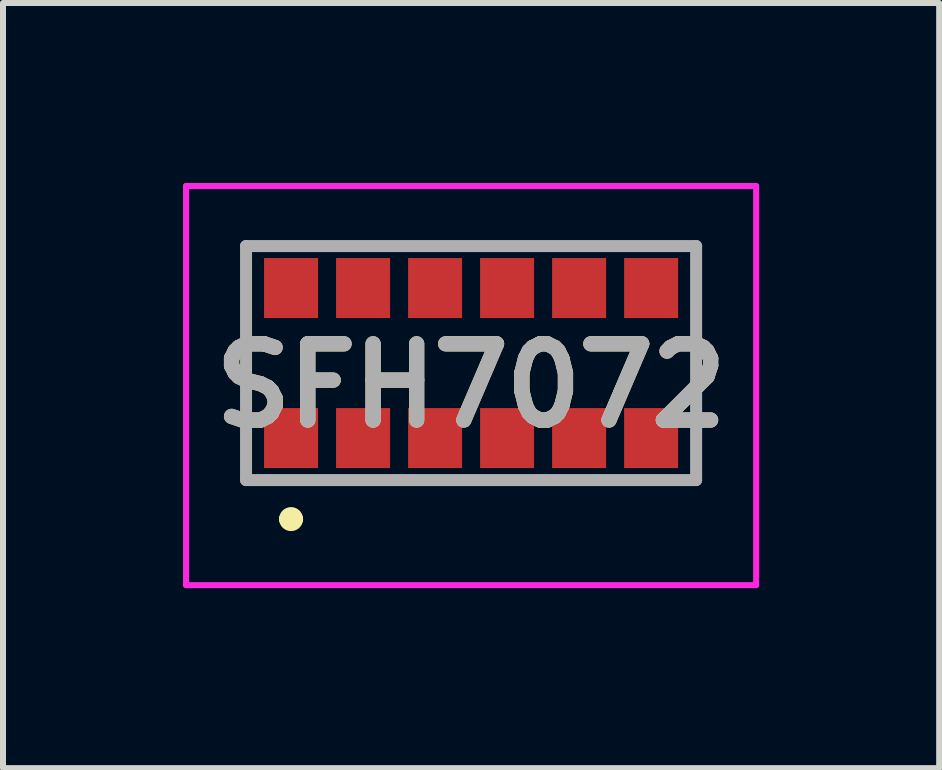
<source format=kicad_pcb>
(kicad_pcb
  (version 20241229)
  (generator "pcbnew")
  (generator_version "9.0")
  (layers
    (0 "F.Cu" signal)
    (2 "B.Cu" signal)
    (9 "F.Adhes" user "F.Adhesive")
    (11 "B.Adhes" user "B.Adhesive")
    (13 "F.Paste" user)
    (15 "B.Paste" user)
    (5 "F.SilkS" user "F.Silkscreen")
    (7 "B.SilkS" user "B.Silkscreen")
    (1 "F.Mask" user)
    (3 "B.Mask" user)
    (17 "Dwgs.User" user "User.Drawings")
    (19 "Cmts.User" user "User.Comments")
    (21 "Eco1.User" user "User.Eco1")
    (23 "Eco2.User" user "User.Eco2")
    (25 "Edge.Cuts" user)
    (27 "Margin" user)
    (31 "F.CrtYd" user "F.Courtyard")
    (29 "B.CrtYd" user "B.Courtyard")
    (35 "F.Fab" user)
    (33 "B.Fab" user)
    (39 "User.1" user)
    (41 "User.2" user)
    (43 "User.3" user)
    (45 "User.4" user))
  (footprint "SFH7072"
    (layer "F.Cu")
    (at 4.8 3.375)
    (property "Reference" "SFH7072" (at 0 0 0) (layer "F.SilkS") (effects (font (size 1.27 1.27) (thickness 0.254))))
    (attr smd)
    (fp_line (start -3.75 -2.325) (end 3.75 -2.325) (stroke (width 0.1) (type solid)) (layer "F.SilkS"))
    (fp_line (start -3.75 1.575) (end -3.75 -2.325) (stroke (width 0.1) (type solid)) (layer "F.SilkS"))
    (fp_line (start -3.1 2.225) (end -3.1 2.225) (stroke (width 0.2) (type solid)) (layer "F.SilkS"))
    (fp_line (start -2.9 2.225) (end -2.9 2.225) (stroke (width 0.2) (type solid)) (layer "F.SilkS"))
    (fp_line (start 3.75 -2.325) (end 3.75 1.575) (stroke (width 0.1) (type solid)) (layer "F.SilkS"))
    (fp_line (start 3.75 1.575) (end -3.75 1.575) (stroke (width 0.1) (type solid)) (layer "F.SilkS"))
    (fp_arc (start -3.1 2.225) (mid -3 2.125) (end -2.9 2.225) (stroke (width 0.2) (type solid)) (layer "F.SilkS"))
    (fp_arc (start -2.9 2.225) (mid -3 2.325) (end -3.1 2.225) (stroke (width 0.2) (type solid)) (layer "F.SilkS"))
    (fp_line (start -4.75 -3.325) (end 4.75 -3.325) (stroke (width 0.1) (type solid)) (layer "F.CrtYd"))
    (fp_line (start -4.75 3.325) (end -4.75 -3.325) (stroke (width 0.1) (type solid)) (layer "F.CrtYd"))
    (fp_line (start 4.75 -3.325) (end 4.75 3.325) (stroke (width 0.1) (type solid)) (layer "F.CrtYd"))
    (fp_line (start 4.75 3.325) (end -4.75 3.325) (stroke (width 0.1) (type solid)) (layer "F.CrtYd"))
    (fp_line (start -3.75 -2.325) (end 3.75 -2.325) (stroke (width 0.2) (type solid)) (layer "F.Fab"))
    (fp_line (start -3.75 1.575) (end -3.75 -2.325) (stroke (width 0.2) (type solid)) (layer "F.Fab"))
    (fp_line (start 3.75 -2.325) (end 3.75 1.575) (stroke (width 0.2) (type solid)) (layer "F.Fab"))
    (fp_line (start 3.75 1.575) (end -3.75 1.575) (stroke (width 0.2) (type solid)) (layer "F.Fab"))
    (fp_text user "${REFERENCE}" (at 0 0 0) (layer "F.Fab") (effects (font (size 1.27 1.27) (thickness 0.254))))
    (pad "1" smd rect (at -3 0.875) (size 0.9 1) (layers "F.Cu" "F.Mask" "F.Paste"))
    (pad "2" smd rect (at -1.8 0.875) (size 0.9 1) (layers "F.Cu" "F.Mask" "F.Paste"))
    (pad "3" smd rect (at -0.6 0.875) (size 0.9 1) (layers "F.Cu" "F.Mask" "F.Paste"))
    (pad "4" smd rect (at 0.6 0.875) (size 0.9 1) (layers "F.Cu" "F.Mask" "F.Paste"))
    (pad "5" smd rect (at 1.8 0.875) (size 0.9 1) (layers "F.Cu" "F.Mask" "F.Paste"))
    (pad "6" smd rect (at 3 0.875) (size 0.9 1) (layers "F.Cu" "F.Mask" "F.Paste"))
    (pad "7" smd rect (at 3 -1.625) (size 0.9 1) (layers "F.Cu" "F.Mask" "F.Paste"))
    (pad "8" smd rect (at 1.8 -1.625) (size 0.9 1) (layers "F.Cu" "F.Mask" "F.Paste"))
    (pad "9" smd rect (at 0.6 -1.625) (size 0.9 1) (layers "F.Cu" "F.Mask" "F.Paste"))
    (pad "10" smd rect (at -0.6 -1.625) (size 0.9 1) (layers "F.Cu" "F.Mask" "F.Paste"))
    (pad "11" smd rect (at -1.8 -1.625) (size 0.9 1) (layers "F.Cu" "F.Mask" "F.Paste"))
    (pad "12" smd rect (at -3 -1.625) (size 0.9 1) (layers "F.Cu" "F.Mask" "F.Paste")))
  (gr_rect
    (start -3 -3)
    (end 12.6 9.75)
    (stroke (width 0.1) (type default))
    (fill no)
    (layer "Edge.Cuts")))
</source>
